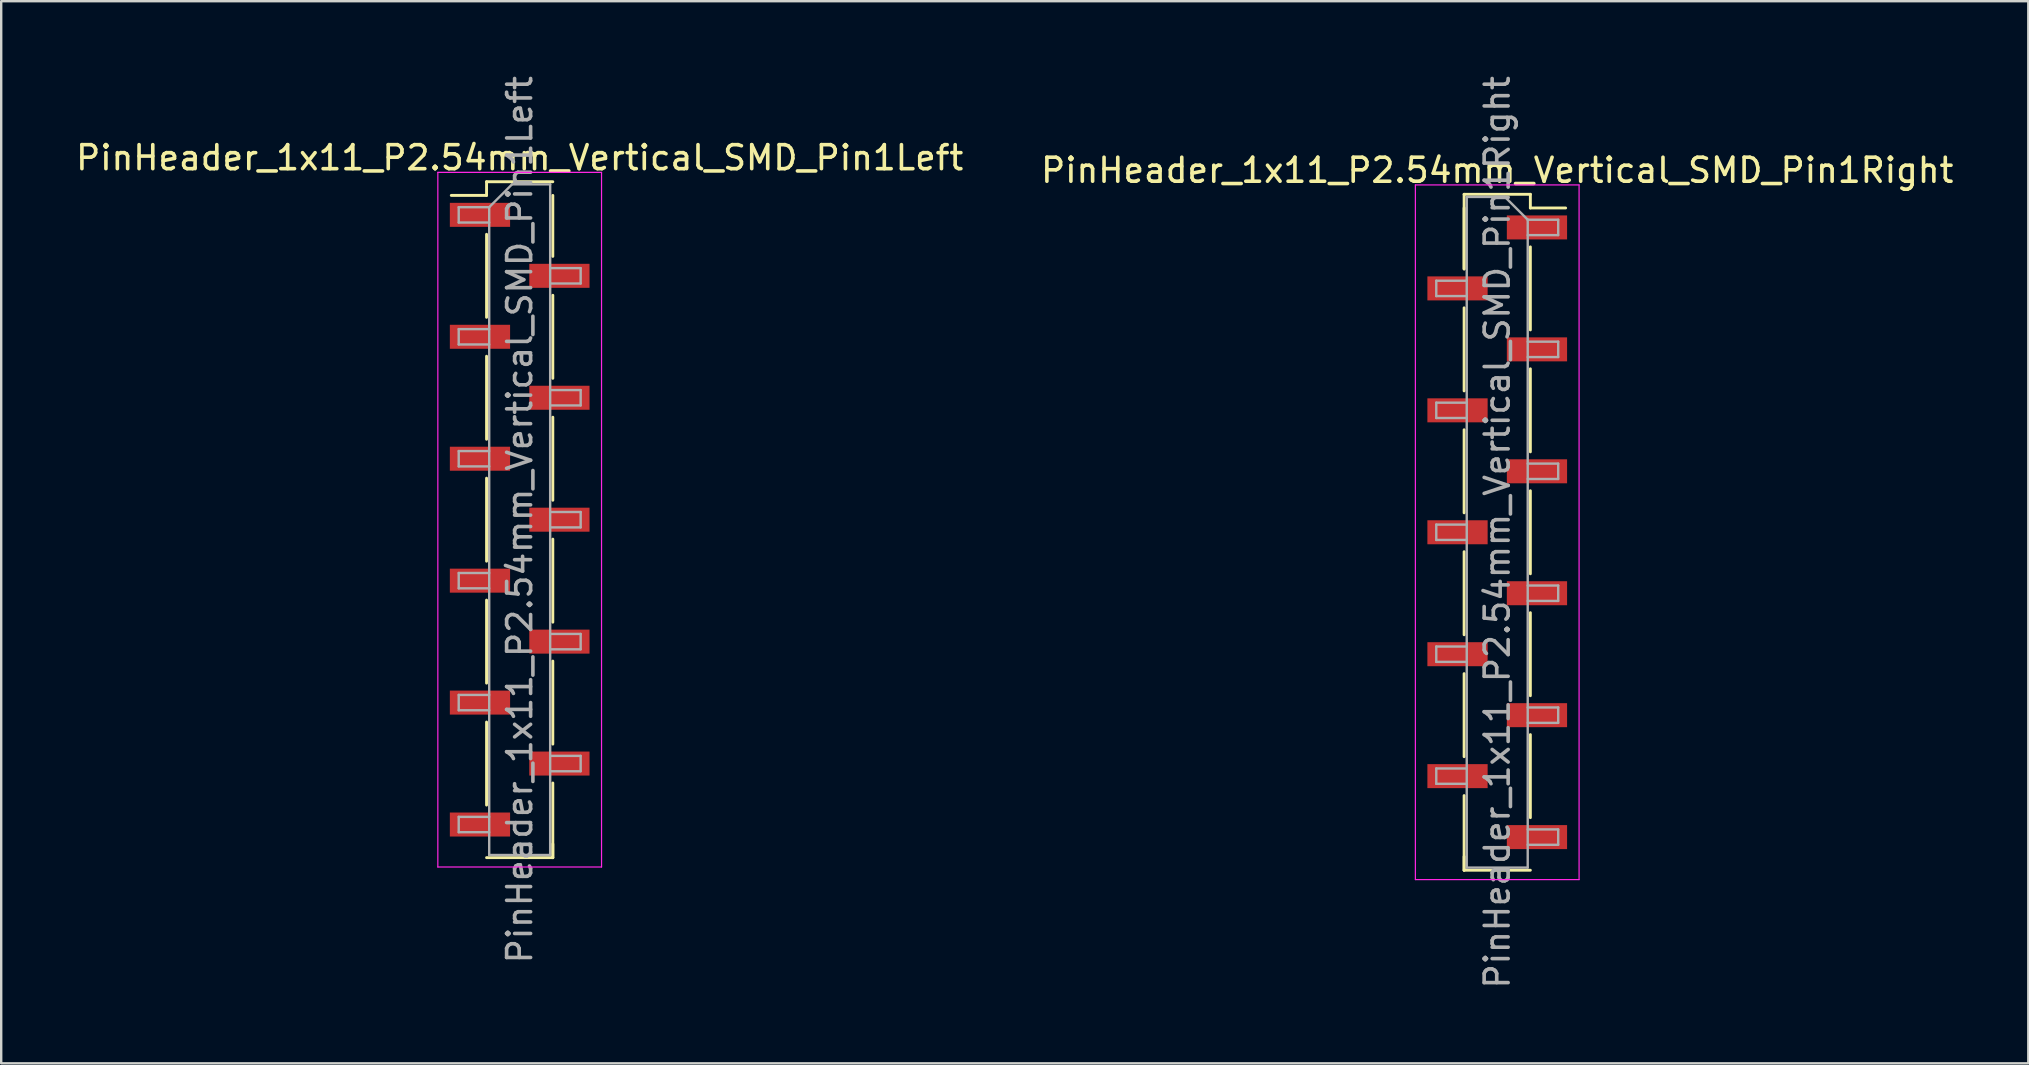
<source format=kicad_pcb>
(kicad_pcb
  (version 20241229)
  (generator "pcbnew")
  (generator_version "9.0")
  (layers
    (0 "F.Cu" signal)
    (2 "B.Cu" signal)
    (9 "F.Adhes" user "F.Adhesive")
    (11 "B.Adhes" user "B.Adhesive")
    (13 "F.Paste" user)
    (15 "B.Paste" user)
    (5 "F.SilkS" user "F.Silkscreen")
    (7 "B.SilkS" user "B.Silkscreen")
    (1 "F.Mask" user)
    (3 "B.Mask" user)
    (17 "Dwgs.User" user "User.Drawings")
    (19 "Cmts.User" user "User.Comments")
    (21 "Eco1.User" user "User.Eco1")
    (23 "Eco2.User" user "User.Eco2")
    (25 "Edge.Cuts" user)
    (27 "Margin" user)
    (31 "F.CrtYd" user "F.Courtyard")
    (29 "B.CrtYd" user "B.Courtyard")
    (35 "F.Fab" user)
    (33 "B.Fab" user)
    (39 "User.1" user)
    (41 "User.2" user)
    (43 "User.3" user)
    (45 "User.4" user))
  (footprint "PinHeader_1x11_P2.54mm_Vertical_SMD_Pin1Right"
    (layer "F.Cu")
    (at 59.327 19.125)
    (property "Reference" "PinHeader_1x11_P2.54mm_Vertical_SMD_Pin1Right" (at 0 -15.08 0) (layer "F.SilkS") (effects (font (size 1 1) (thickness 0.15))))
    (attr smd)
    (fp_line (start -1.38 -14.08) (end -1.38 -10.97) (stroke (width 0.12) (type solid)) (layer "F.SilkS"))
    (fp_line (start -1.38 -14.08) (end 1.38 -14.08) (stroke (width 0.12) (type solid)) (layer "F.SilkS"))
    (fp_line (start -1.38 -13.51) (end -1.38 -10.97) (stroke (width 0.12) (type solid)) (layer "F.SilkS"))
    (fp_line (start -1.38 -9.35) (end -1.38 -5.89) (stroke (width 0.12) (type solid)) (layer "F.SilkS"))
    (fp_line (start -1.38 -4.27) (end -1.38 -0.81) (stroke (width 0.12) (type solid)) (layer "F.SilkS"))
    (fp_line (start -1.38 0.81) (end -1.38 4.27) (stroke (width 0.12) (type solid)) (layer "F.SilkS"))
    (fp_line (start -1.38 5.89) (end -1.38 9.35) (stroke (width 0.12) (type solid)) (layer "F.SilkS"))
    (fp_line (start -1.38 10.97) (end -1.38 14.08) (stroke (width 0.12) (type solid)) (layer "F.SilkS"))
    (fp_line (start -1.38 13.51) (end -1.38 14.08) (stroke (width 0.12) (type solid)) (layer "F.SilkS"))
    (fp_line (start -1.38 14.08) (end 1.38 14.08) (stroke (width 0.12) (type solid)) (layer "F.SilkS"))
    (fp_line (start 1.38 -14.08) (end 1.38 -13.51) (stroke (width 0.12) (type solid)) (layer "F.SilkS"))
    (fp_line (start 1.38 -13.51) (end 2.85 -13.51) (stroke (width 0.12) (type solid)) (layer "F.SilkS"))
    (fp_line (start 1.38 -11.89) (end 1.38 -8.43) (stroke (width 0.12) (type solid)) (layer "F.SilkS"))
    (fp_line (start 1.38 -6.81) (end 1.38 -3.35) (stroke (width 0.12) (type solid)) (layer "F.SilkS"))
    (fp_line (start 1.38 -1.73) (end 1.38 1.73) (stroke (width 0.12) (type solid)) (layer "F.SilkS"))
    (fp_line (start 1.38 3.35) (end 1.38 6.81) (stroke (width 0.12) (type solid)) (layer "F.SilkS"))
    (fp_line (start 1.38 8.43) (end 1.38 11.89) (stroke (width 0.12) (type solid)) (layer "F.SilkS"))
    (fp_line (start -3.41 -14.47) (end -3.41 14.47) (stroke (width 0.05) (type solid)) (layer "F.CrtYd"))
    (fp_line (start -3.41 14.47) (end 3.41 14.47) (stroke (width 0.05) (type solid)) (layer "F.CrtYd"))
    (fp_line (start 3.41 -14.47) (end -3.41 -14.47) (stroke (width 0.05) (type solid)) (layer "F.CrtYd"))
    (fp_line (start 3.41 14.47) (end 3.41 -14.47) (stroke (width 0.05) (type solid)) (layer "F.CrtYd"))
    (fp_line (start -2.54 -10.48) (end -2.54 -9.84) (stroke (width 0.1) (type solid)) (layer "F.Fab"))
    (fp_line (start -2.54 -9.84) (end -1.27 -9.84) (stroke (width 0.1) (type solid)) (layer "F.Fab"))
    (fp_line (start -2.54 -5.4) (end -2.54 -4.76) (stroke (width 0.1) (type solid)) (layer "F.Fab"))
    (fp_line (start -2.54 -4.76) (end -1.27 -4.76) (stroke (width 0.1) (type solid)) (layer "F.Fab"))
    (fp_line (start -2.54 -0.32) (end -2.54 0.32) (stroke (width 0.1) (type solid)) (layer "F.Fab"))
    (fp_line (start -2.54 0.32) (end -1.27 0.32) (stroke (width 0.1) (type solid)) (layer "F.Fab"))
    (fp_line (start -2.54 4.76) (end -2.54 5.4) (stroke (width 0.1) (type solid)) (layer "F.Fab"))
    (fp_line (start -2.54 5.4) (end -1.27 5.4) (stroke (width 0.1) (type solid)) (layer "F.Fab"))
    (fp_line (start -2.54 9.84) (end -2.54 10.48) (stroke (width 0.1) (type solid)) (layer "F.Fab"))
    (fp_line (start -2.54 10.48) (end -1.27 10.48) (stroke (width 0.1) (type solid)) (layer "F.Fab"))
    (fp_line (start -1.27 -13.97) (end -1.27 13.97) (stroke (width 0.1) (type solid)) (layer "F.Fab"))
    (fp_line (start -1.27 -13.97) (end 0.32 -13.97) (stroke (width 0.1) (type solid)) (layer "F.Fab"))
    (fp_line (start -1.27 -10.48) (end -2.54 -10.48) (stroke (width 0.1) (type solid)) (layer "F.Fab"))
    (fp_line (start -1.27 -5.4) (end -2.54 -5.4) (stroke (width 0.1) (type solid)) (layer "F.Fab"))
    (fp_line (start -1.27 -0.32) (end -2.54 -0.32) (stroke (width 0.1) (type solid)) (layer "F.Fab"))
    (fp_line (start -1.27 4.76) (end -2.54 4.76) (stroke (width 0.1) (type solid)) (layer "F.Fab"))
    (fp_line (start -1.27 9.84) (end -2.54 9.84) (stroke (width 0.1) (type solid)) (layer "F.Fab"))
    (fp_line (start 1.27 -13.02) (end 0.32 -13.97) (stroke (width 0.1) (type solid)) (layer "F.Fab"))
    (fp_line (start 1.27 -13.02) (end 2.54 -13.02) (stroke (width 0.1) (type solid)) (layer "F.Fab"))
    (fp_line (start 1.27 -7.94) (end 2.54 -7.94) (stroke (width 0.1) (type solid)) (layer "F.Fab"))
    (fp_line (start 1.27 -2.86) (end 2.54 -2.86) (stroke (width 0.1) (type solid)) (layer "F.Fab"))
    (fp_line (start 1.27 2.22) (end 2.54 2.22) (stroke (width 0.1) (type solid)) (layer "F.Fab"))
    (fp_line (start 1.27 7.3) (end 2.54 7.3) (stroke (width 0.1) (type solid)) (layer "F.Fab"))
    (fp_line (start 1.27 12.38) (end 2.54 12.38) (stroke (width 0.1) (type solid)) (layer "F.Fab"))
    (fp_line (start 1.27 13.97) (end -1.27 13.97) (stroke (width 0.1) (type solid)) (layer "F.Fab"))
    (fp_line (start 1.27 13.97) (end 1.27 -13.02) (stroke (width 0.1) (type solid)) (layer "F.Fab"))
    (fp_line (start 2.54 -13.02) (end 2.54 -12.38) (stroke (width 0.1) (type solid)) (layer "F.Fab"))
    (fp_line (start 2.54 -12.38) (end 1.27 -12.38) (stroke (width 0.1) (type solid)) (layer "F.Fab"))
    (fp_line (start 2.54 -7.94) (end 2.54 -7.3) (stroke (width 0.1) (type solid)) (layer "F.Fab"))
    (fp_line (start 2.54 -7.3) (end 1.27 -7.3) (stroke (width 0.1) (type solid)) (layer "F.Fab"))
    (fp_line (start 2.54 -2.86) (end 2.54 -2.22) (stroke (width 0.1) (type solid)) (layer "F.Fab"))
    (fp_line (start 2.54 -2.22) (end 1.27 -2.22) (stroke (width 0.1) (type solid)) (layer "F.Fab"))
    (fp_line (start 2.54 2.22) (end 2.54 2.86) (stroke (width 0.1) (type solid)) (layer "F.Fab"))
    (fp_line (start 2.54 2.86) (end 1.27 2.86) (stroke (width 0.1) (type solid)) (layer "F.Fab"))
    (fp_line (start 2.54 7.3) (end 2.54 7.94) (stroke (width 0.1) (type solid)) (layer "F.Fab"))
    (fp_line (start 2.54 7.94) (end 1.27 7.94) (stroke (width 0.1) (type solid)) (layer "F.Fab"))
    (fp_line (start 2.54 12.38) (end 2.54 13.02) (stroke (width 0.1) (type solid)) (layer "F.Fab"))
    (fp_line (start 2.54 13.02) (end 1.27 13.02) (stroke (width 0.1) (type solid)) (layer "F.Fab"))
    (fp_text user "${REFERENCE}" (at 0 0 90) (layer "F.Fab") (effects (font (size 1 1) (thickness 0.15))))
    (pad "1" smd rect (at 1.655 -12.7) (size 2.51 1) (layers "F.Cu" "F.Mask" "F.Paste"))
    (pad "2" smd rect (at -1.655 -10.16) (size 2.51 1) (layers "F.Cu" "F.Mask" "F.Paste"))
    (pad "3" smd rect (at 1.655 -7.62) (size 2.51 1) (layers "F.Cu" "F.Mask" "F.Paste"))
    (pad "4" smd rect (at -1.655 -5.08) (size 2.51 1) (layers "F.Cu" "F.Mask" "F.Paste"))
    (pad "5" smd rect (at 1.655 -2.54) (size 2.51 1) (layers "F.Cu" "F.Mask" "F.Paste"))
    (pad "6" smd rect (at -1.655 0) (size 2.51 1) (layers "F.Cu" "F.Mask" "F.Paste"))
    (pad "7" smd rect (at 1.655 2.54) (size 2.51 1) (layers "F.Cu" "F.Mask" "F.Paste"))
    (pad "8" smd rect (at -1.655 5.08) (size 2.51 1) (layers "F.Cu" "F.Mask" "F.Paste"))
    (pad "9" smd rect (at 1.655 7.62) (size 2.51 1) (layers "F.Cu" "F.Mask" "F.Paste"))
    (pad "10" smd rect (at -1.655 10.16) (size 2.51 1) (layers "F.Cu" "F.Mask" "F.Paste"))
    (pad "11" smd rect (at 1.655 12.7) (size 2.51 1) (layers "F.Cu" "F.Mask" "F.Paste")))
  (footprint "PinHeader_1x11_P2.54mm_Vertical_SMD_Pin1Left"
    (layer "F.Cu")
    (at 18.601 18.601)
    (property "Reference" "PinHeader_1x11_P2.54mm_Vertical_SMD_Pin1Left" (at 0 -15.08 0) (layer "F.SilkS") (effects (font (size 1 1) (thickness 0.15))))
    (attr smd)
    (fp_line (start -1.38 -14.08) (end -1.38 -13.51) (stroke (width 0.12) (type solid)) (layer "F.SilkS"))
    (fp_line (start -1.38 -14.08) (end 1.38 -14.08) (stroke (width 0.12) (type solid)) (layer "F.SilkS"))
    (fp_line (start -1.38 -13.51) (end -2.85 -13.51) (stroke (width 0.12) (type solid)) (layer "F.SilkS"))
    (fp_line (start -1.38 -11.89) (end -1.38 -8.43) (stroke (width 0.12) (type solid)) (layer "F.SilkS"))
    (fp_line (start -1.38 -6.81) (end -1.38 -3.35) (stroke (width 0.12) (type solid)) (layer "F.SilkS"))
    (fp_line (start -1.38 -1.73) (end -1.38 1.73) (stroke (width 0.12) (type solid)) (layer "F.SilkS"))
    (fp_line (start -1.38 3.35) (end -1.38 6.81) (stroke (width 0.12) (type solid)) (layer "F.SilkS"))
    (fp_line (start -1.38 8.43) (end -1.38 11.89) (stroke (width 0.12) (type solid)) (layer "F.SilkS"))
    (fp_line (start -1.38 14.08) (end 1.38 14.08) (stroke (width 0.12) (type solid)) (layer "F.SilkS"))
    (fp_line (start 1.38 -13.51) (end 1.38 -10.97) (stroke (width 0.12) (type solid)) (layer "F.SilkS"))
    (fp_line (start 1.38 -9.35) (end 1.38 -5.89) (stroke (width 0.12) (type solid)) (layer "F.SilkS"))
    (fp_line (start 1.38 -4.27) (end 1.38 -0.81) (stroke (width 0.12) (type solid)) (layer "F.SilkS"))
    (fp_line (start 1.38 0.81) (end 1.38 4.27) (stroke (width 0.12) (type solid)) (layer "F.SilkS"))
    (fp_line (start 1.38 5.89) (end 1.38 9.35) (stroke (width 0.12) (type solid)) (layer "F.SilkS"))
    (fp_line (start 1.38 10.97) (end 1.38 14.08) (stroke (width 0.12) (type solid)) (layer "F.SilkS"))
    (fp_line (start 1.38 13.51) (end 1.38 14.08) (stroke (width 0.12) (type solid)) (layer "F.SilkS"))
    (fp_line (start -3.41 -14.47) (end -3.41 14.47) (stroke (width 0.05) (type solid)) (layer "F.CrtYd"))
    (fp_line (start -3.41 14.47) (end 3.41 14.47) (stroke (width 0.05) (type solid)) (layer "F.CrtYd"))
    (fp_line (start 3.41 -14.47) (end -3.41 -14.47) (stroke (width 0.05) (type solid)) (layer "F.CrtYd"))
    (fp_line (start 3.41 14.47) (end 3.41 -14.47) (stroke (width 0.05) (type solid)) (layer "F.CrtYd"))
    (fp_line (start -2.54 -13.02) (end -2.54 -12.38) (stroke (width 0.1) (type solid)) (layer "F.Fab"))
    (fp_line (start -2.54 -12.38) (end -1.27 -12.38) (stroke (width 0.1) (type solid)) (layer "F.Fab"))
    (fp_line (start -2.54 -7.94) (end -2.54 -7.3) (stroke (width 0.1) (type solid)) (layer "F.Fab"))
    (fp_line (start -2.54 -7.3) (end -1.27 -7.3) (stroke (width 0.1) (type solid)) (layer "F.Fab"))
    (fp_line (start -2.54 -2.86) (end -2.54 -2.22) (stroke (width 0.1) (type solid)) (layer "F.Fab"))
    (fp_line (start -2.54 -2.22) (end -1.27 -2.22) (stroke (width 0.1) (type solid)) (layer "F.Fab"))
    (fp_line (start -2.54 2.22) (end -2.54 2.86) (stroke (width 0.1) (type solid)) (layer "F.Fab"))
    (fp_line (start -2.54 2.86) (end -1.27 2.86) (stroke (width 0.1) (type solid)) (layer "F.Fab"))
    (fp_line (start -2.54 7.3) (end -2.54 7.94) (stroke (width 0.1) (type solid)) (layer "F.Fab"))
    (fp_line (start -2.54 7.94) (end -1.27 7.94) (stroke (width 0.1) (type solid)) (layer "F.Fab"))
    (fp_line (start -2.54 12.38) (end -2.54 13.02) (stroke (width 0.1) (type solid)) (layer "F.Fab"))
    (fp_line (start -2.54 13.02) (end -1.27 13.02) (stroke (width 0.1) (type solid)) (layer "F.Fab"))
    (fp_line (start -1.27 -13.02) (end -2.54 -13.02) (stroke (width 0.1) (type solid)) (layer "F.Fab"))
    (fp_line (start -1.27 -13.02) (end -0.32 -13.97) (stroke (width 0.1) (type solid)) (layer "F.Fab"))
    (fp_line (start -1.27 -7.94) (end -2.54 -7.94) (stroke (width 0.1) (type solid)) (layer "F.Fab"))
    (fp_line (start -1.27 -2.86) (end -2.54 -2.86) (stroke (width 0.1) (type solid)) (layer "F.Fab"))
    (fp_line (start -1.27 2.22) (end -2.54 2.22) (stroke (width 0.1) (type solid)) (layer "F.Fab"))
    (fp_line (start -1.27 7.3) (end -2.54 7.3) (stroke (width 0.1) (type solid)) (layer "F.Fab"))
    (fp_line (start -1.27 12.38) (end -2.54 12.38) (stroke (width 0.1) (type solid)) (layer "F.Fab"))
    (fp_line (start -1.27 13.97) (end -1.27 -13.02) (stroke (width 0.1) (type solid)) (layer "F.Fab"))
    (fp_line (start -0.32 -13.97) (end 1.27 -13.97) (stroke (width 0.1) (type solid)) (layer "F.Fab"))
    (fp_line (start 1.27 -13.97) (end 1.27 13.97) (stroke (width 0.1) (type solid)) (layer "F.Fab"))
    (fp_line (start 1.27 -10.48) (end 2.54 -10.48) (stroke (width 0.1) (type solid)) (layer "F.Fab"))
    (fp_line (start 1.27 -5.4) (end 2.54 -5.4) (stroke (width 0.1) (type solid)) (layer "F.Fab"))
    (fp_line (start 1.27 -0.32) (end 2.54 -0.32) (stroke (width 0.1) (type solid)) (layer "F.Fab"))
    (fp_line (start 1.27 4.76) (end 2.54 4.76) (stroke (width 0.1) (type solid)) (layer "F.Fab"))
    (fp_line (start 1.27 9.84) (end 2.54 9.84) (stroke (width 0.1) (type solid)) (layer "F.Fab"))
    (fp_line (start 1.27 13.97) (end -1.27 13.97) (stroke (width 0.1) (type solid)) (layer "F.Fab"))
    (fp_line (start 2.54 -10.48) (end 2.54 -9.84) (stroke (width 0.1) (type solid)) (layer "F.Fab"))
    (fp_line (start 2.54 -9.84) (end 1.27 -9.84) (stroke (width 0.1) (type solid)) (layer "F.Fab"))
    (fp_line (start 2.54 -5.4) (end 2.54 -4.76) (stroke (width 0.1) (type solid)) (layer "F.Fab"))
    (fp_line (start 2.54 -4.76) (end 1.27 -4.76) (stroke (width 0.1) (type solid)) (layer "F.Fab"))
    (fp_line (start 2.54 -0.32) (end 2.54 0.32) (stroke (width 0.1) (type solid)) (layer "F.Fab"))
    (fp_line (start 2.54 0.32) (end 1.27 0.32) (stroke (width 0.1) (type solid)) (layer "F.Fab"))
    (fp_line (start 2.54 4.76) (end 2.54 5.4) (stroke (width 0.1) (type solid)) (layer "F.Fab"))
    (fp_line (start 2.54 5.4) (end 1.27 5.4) (stroke (width 0.1) (type solid)) (layer "F.Fab"))
    (fp_line (start 2.54 9.84) (end 2.54 10.48) (stroke (width 0.1) (type solid)) (layer "F.Fab"))
    (fp_line (start 2.54 10.48) (end 1.27 10.48) (stroke (width 0.1) (type solid)) (layer "F.Fab"))
    (fp_text user "${REFERENCE}" (at 0 0 90) (layer "F.Fab") (effects (font (size 1 1) (thickness 0.15))))
    (pad "1" smd rect (at -1.655 -12.7) (size 2.51 1) (layers "F.Cu" "F.Mask" "F.Paste"))
    (pad "2" smd rect (at 1.655 -10.16) (size 2.51 1) (layers "F.Cu" "F.Mask" "F.Paste"))
    (pad "3" smd rect (at -1.655 -7.62) (size 2.51 1) (layers "F.Cu" "F.Mask" "F.Paste"))
    (pad "4" smd rect (at 1.655 -5.08) (size 2.51 1) (layers "F.Cu" "F.Mask" "F.Paste"))
    (pad "5" smd rect (at -1.655 -2.54) (size 2.51 1) (layers "F.Cu" "F.Mask" "F.Paste"))
    (pad "6" smd rect (at 1.655 0) (size 2.51 1) (layers "F.Cu" "F.Mask" "F.Paste"))
    (pad "7" smd rect (at -1.655 2.54) (size 2.51 1) (layers "F.Cu" "F.Mask" "F.Paste"))
    (pad "8" smd rect (at 1.655 5.08) (size 2.51 1) (layers "F.Cu" "F.Mask" "F.Paste"))
    (pad "9" smd rect (at -1.655 7.62) (size 2.51 1) (layers "F.Cu" "F.Mask" "F.Paste"))
    (pad "10" smd rect (at 1.655 10.16) (size 2.51 1) (layers "F.Cu" "F.Mask" "F.Paste"))
    (pad "11" smd rect (at -1.655 12.7) (size 2.51 1) (layers "F.Cu" "F.Mask" "F.Paste")))
  (gr_rect
    (start -3 -3)
    (end 81.452 41.25)
    (stroke (width 0.1) (type default))
    (fill no)
    (layer "Edge.Cuts")))
</source>
